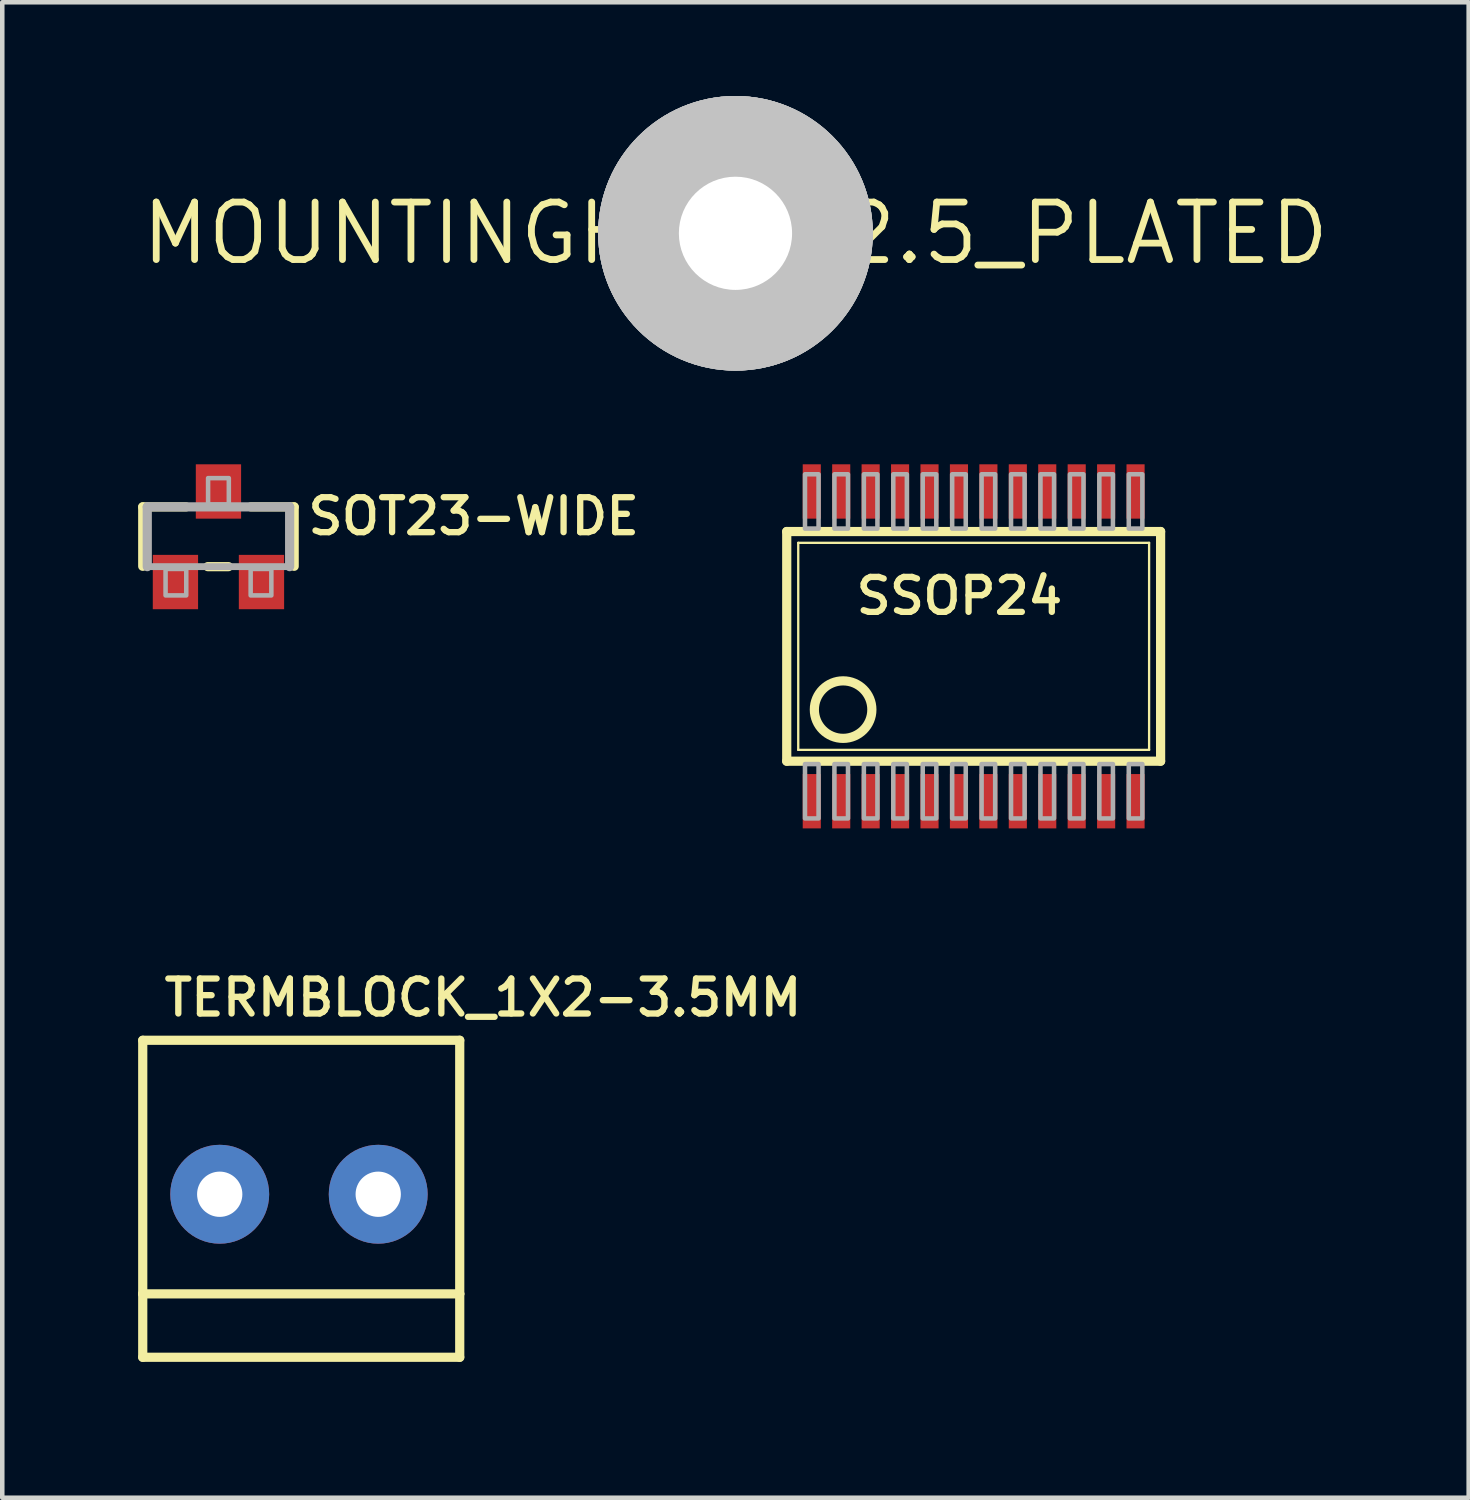
<source format=kicad_pcb>
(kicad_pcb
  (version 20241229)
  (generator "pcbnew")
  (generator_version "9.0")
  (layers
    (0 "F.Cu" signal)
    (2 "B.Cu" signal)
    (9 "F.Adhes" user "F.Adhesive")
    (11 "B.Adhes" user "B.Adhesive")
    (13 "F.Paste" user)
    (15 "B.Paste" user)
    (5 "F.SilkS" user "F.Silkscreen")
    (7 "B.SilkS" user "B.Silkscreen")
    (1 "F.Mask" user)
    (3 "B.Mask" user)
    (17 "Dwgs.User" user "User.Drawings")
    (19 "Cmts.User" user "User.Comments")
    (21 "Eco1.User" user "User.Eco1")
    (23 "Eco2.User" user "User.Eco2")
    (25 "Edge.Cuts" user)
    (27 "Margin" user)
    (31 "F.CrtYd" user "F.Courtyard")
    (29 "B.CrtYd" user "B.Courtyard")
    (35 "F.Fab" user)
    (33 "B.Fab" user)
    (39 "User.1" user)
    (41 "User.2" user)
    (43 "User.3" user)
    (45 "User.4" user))
  (footprint "TERMBLOCK_1X2-3.5MM"
    (layer "F.Cu")
    (at 3.502 23.322)
    (property "Reference" "TERMBLOCK_1X2-3.5MM" (at -3 -3.89 180) (layer "F.SilkS") (effects (font (size 0.772 0.772) (thickness 0.139)) (justify left bottom)))
    (attr through_hole)
    (fp_line (start -3.4 -3.4) (end -3.4 2.2) (stroke (width 0.203) (type solid)) (layer "F.SilkS"))
    (fp_line (start -3.4 2.2) (end -3.4 3.6) (stroke (width 0.203) (type solid)) (layer "F.SilkS"))
    (fp_line (start -3.4 2.2) (end 3.6 2.2) (stroke (width 0.203) (type solid)) (layer "F.SilkS"))
    (fp_line (start -3.4 3.6) (end 3.6 3.6) (stroke (width 0.203) (type solid)) (layer "F.SilkS"))
    (fp_line (start 3.6 -3.4) (end -3.4 -3.4) (stroke (width 0.203) (type solid)) (layer "F.SilkS"))
    (fp_line (start 3.6 2.2) (end 3.6 -3.4) (stroke (width 0.203) (type solid)) (layer "F.SilkS"))
    (fp_line (start 3.6 3.6) (end 3.6 2.2) (stroke (width 0.203) (type solid)) (layer "F.SilkS"))
    (pad "1" thru_hole circle (at 1.8 0) (size 2.184 2.184) (drill 1) (layers "*.Cu" "*.Mask"))
    (pad "2" thru_hole circle (at -1.7 0) (size 2.184 2.184) (drill 1) (layers "*.Cu" "*.Mask")))
  (footprint "SOT23-WIDE"
    (layer "F.Cu")
    (at 1.774 8.803)
    (property "Reference" "SOT23-WIDE" (at 1.905 0 180) (layer "F.SilkS") (effects (font (size 0.772 0.772) (thickness 0.139)) (justify left bottom)))
    (attr through_hole)
    (fp_line (start -1.672 -0.66) (end -0.714 -0.66) (stroke (width 0.203) (type solid)) (layer "F.SilkS"))
    (fp_line (start -1.672 0.652) (end -1.672 -0.66) (stroke (width 0.203) (type solid)) (layer "F.SilkS"))
    (fp_line (start 0.222 0.66) (end -0.236 0.66) (stroke (width 0.203) (type solid)) (layer "F.SilkS"))
    (fp_line (start 0.714 -0.66) (end 1.672 -0.66) (stroke (width 0.203) (type solid)) (layer "F.SilkS"))
    (fp_line (start 1.672 -0.66) (end 1.672 0.652) (stroke (width 0.203) (type solid)) (layer "F.SilkS"))
    (fp_line (start -1.572 -0.66) (end 1.572 -0.66) (stroke (width 0.203) (type solid)) (layer "F.Fab"))
    (fp_line (start -1.572 0.66) (end -1.572 -0.66) (stroke (width 0.203) (type solid)) (layer "F.Fab"))
    (fp_line (start 1.572 -0.66) (end 1.572 0.66) (stroke (width 0.203) (type solid)) (layer "F.Fab"))
    (fp_line (start 1.572 0.66) (end -1.572 0.66) (stroke (width 0.152) (type solid)) (layer "F.Fab"))
    (fp_poly (pts (xy -1.168 1.295) (xy -0.711 1.295) (xy -0.711 0.711) (xy -1.168 0.711)) (stroke (width 0.1) (type solid)) (fill no) (layer "F.Fab"))
    (fp_poly (pts (xy -0.229 -0.711) (xy 0.229 -0.711) (xy 0.229 -1.295) (xy -0.229 -1.295)) (stroke (width 0.1) (type solid)) (fill no) (layer "F.Fab"))
    (fp_poly (pts (xy 0.711 1.295) (xy 1.168 1.295) (xy 1.168 0.711) (xy 0.711 0.711)) (stroke (width 0.1) (type solid)) (fill no) (layer "F.Fab"))
    (pad "1" smd rect (at -0.95 1) (size 1 1.2) (layers "F.Cu" "F.Mask" "F.Paste"))
    (pad "2" smd rect (at 0.95 1) (size 1 1.2) (layers "F.Cu" "F.Mask" "F.Paste"))
    (pad "3" smd rect (at 0 -1) (size 1 1.2) (layers "F.Cu" "F.Mask" "F.Paste")))
  (footprint "SSOP24"
    (layer "F.Cu")
    (at 18.451 11.223)
    (property "Reference" "SSOP24" (at -2.667 -0.66 0) (layer "F.SilkS") (effects (font (size 0.772 0.772) (thickness 0.139)) (justify left bottom)))
    (attr through_hole)
    (fp_line (start -4.128 2.536) (end -4.128 -2.536) (stroke (width 0.203) (type solid)) (layer "F.SilkS"))
    (fp_line (start -4.128 2.536) (end 4.128 2.536) (stroke (width 0.203) (type solid)) (layer "F.SilkS"))
    (fp_line (start -3.874 2.286) (end -3.874 -2.286) (stroke (width 0.051) (type solid)) (layer "F.SilkS"))
    (fp_line (start -3.874 2.286) (end 3.874 2.286) (stroke (width 0.051) (type solid)) (layer "F.SilkS"))
    (fp_line (start 3.874 -2.286) (end -3.874 -2.286) (stroke (width 0.051) (type solid)) (layer "F.SilkS"))
    (fp_line (start 3.874 -2.286) (end 3.874 2.286) (stroke (width 0.051) (type solid)) (layer "F.SilkS"))
    (fp_line (start 4.128 -2.536) (end -4.128 -2.536) (stroke (width 0.203) (type solid)) (layer "F.SilkS"))
    (fp_line (start 4.128 2.536) (end 4.128 -2.536) (stroke (width 0.203) (type solid)) (layer "F.SilkS"))
    (fp_circle (center -2.883 1.397) (end -2.248 1.397) (stroke (width 0.203) (type solid)) (fill no) (layer "F.SilkS"))
    (fp_poly (pts (xy -3.725 -2.6) (xy -3.425 -2.6) (xy -3.425 -3.8) (xy -3.725 -3.8)) (stroke (width 0.1) (type solid)) (fill no) (layer "F.Fab"))
    (fp_poly (pts (xy -3.725 3.8) (xy -3.425 3.8) (xy -3.425 2.6) (xy -3.725 2.6)) (stroke (width 0.1) (type solid)) (fill no) (layer "F.Fab"))
    (fp_poly (pts (xy -3.075 -2.6) (xy -2.775 -2.6) (xy -2.775 -3.8) (xy -3.075 -3.8)) (stroke (width 0.1) (type solid)) (fill no) (layer "F.Fab"))
    (fp_poly (pts (xy -3.075 3.8) (xy -2.775 3.8) (xy -2.775 2.6) (xy -3.075 2.6)) (stroke (width 0.1) (type solid)) (fill no) (layer "F.Fab"))
    (fp_poly (pts (xy -2.425 -2.6) (xy -2.125 -2.6) (xy -2.125 -3.8) (xy -2.425 -3.8)) (stroke (width 0.1) (type solid)) (fill no) (layer "F.Fab"))
    (fp_poly (pts (xy -2.425 3.8) (xy -2.125 3.8) (xy -2.125 2.6) (xy -2.425 2.6)) (stroke (width 0.1) (type solid)) (fill no) (layer "F.Fab"))
    (fp_poly (pts (xy -1.775 -2.6) (xy -1.475 -2.6) (xy -1.475 -3.8) (xy -1.775 -3.8)) (stroke (width 0.1) (type solid)) (fill no) (layer "F.Fab"))
    (fp_poly (pts (xy -1.775 3.8) (xy -1.475 3.8) (xy -1.475 2.6) (xy -1.775 2.6)) (stroke (width 0.1) (type solid)) (fill no) (layer "F.Fab"))
    (fp_poly (pts (xy -1.125 -2.6) (xy -0.825 -2.6) (xy -0.825 -3.8) (xy -1.125 -3.8)) (stroke (width 0.1) (type solid)) (fill no) (layer "F.Fab"))
    (fp_poly (pts (xy -1.125 3.8) (xy -0.825 3.8) (xy -0.825 2.6) (xy -1.125 2.6)) (stroke (width 0.1) (type solid)) (fill no) (layer "F.Fab"))
    (fp_poly (pts (xy -0.475 -2.6) (xy -0.175 -2.6) (xy -0.175 -3.8) (xy -0.475 -3.8)) (stroke (width 0.1) (type solid)) (fill no) (layer "F.Fab"))
    (fp_poly (pts (xy -0.475 3.8) (xy -0.175 3.8) (xy -0.175 2.6) (xy -0.475 2.6)) (stroke (width 0.1) (type solid)) (fill no) (layer "F.Fab"))
    (fp_poly (pts (xy 0.175 -2.6) (xy 0.475 -2.6) (xy 0.475 -3.8) (xy 0.175 -3.8)) (stroke (width 0.1) (type solid)) (fill no) (layer "F.Fab"))
    (fp_poly (pts (xy 0.175 3.8) (xy 0.475 3.8) (xy 0.475 2.6) (xy 0.175 2.6)) (stroke (width 0.1) (type solid)) (fill no) (layer "F.Fab"))
    (fp_poly (pts (xy 0.825 -2.6) (xy 1.125 -2.6) (xy 1.125 -3.8) (xy 0.825 -3.8)) (stroke (width 0.1) (type solid)) (fill no) (layer "F.Fab"))
    (fp_poly (pts (xy 0.825 3.8) (xy 1.125 3.8) (xy 1.125 2.6) (xy 0.825 2.6)) (stroke (width 0.1) (type solid)) (fill no) (layer "F.Fab"))
    (fp_poly (pts (xy 1.475 -2.6) (xy 1.775 -2.6) (xy 1.775 -3.8) (xy 1.475 -3.8)) (stroke (width 0.1) (type solid)) (fill no) (layer "F.Fab"))
    (fp_poly (pts (xy 1.475 3.8) (xy 1.775 3.8) (xy 1.775 2.6) (xy 1.475 2.6)) (stroke (width 0.1) (type solid)) (fill no) (layer "F.Fab"))
    (fp_poly (pts (xy 2.125 -2.6) (xy 2.425 -2.6) (xy 2.425 -3.8) (xy 2.125 -3.8)) (stroke (width 0.1) (type solid)) (fill no) (layer "F.Fab"))
    (fp_poly (pts (xy 2.125 3.8) (xy 2.425 3.8) (xy 2.425 2.6) (xy 2.125 2.6)) (stroke (width 0.1) (type solid)) (fill no) (layer "F.Fab"))
    (fp_poly (pts (xy 2.775 -2.6) (xy 3.075 -2.6) (xy 3.075 -3.8) (xy 2.775 -3.8)) (stroke (width 0.1) (type solid)) (fill no) (layer "F.Fab"))
    (fp_poly (pts (xy 2.775 3.8) (xy 3.075 3.8) (xy 3.075 2.6) (xy 2.775 2.6)) (stroke (width 0.1) (type solid)) (fill no) (layer "F.Fab"))
    (fp_poly (pts (xy 3.425 -2.6) (xy 3.725 -2.6) (xy 3.725 -3.8) (xy 3.425 -3.8)) (stroke (width 0.1) (type solid)) (fill no) (layer "F.Fab"))
    (fp_poly (pts (xy 3.425 3.8) (xy 3.725 3.8) (xy 3.725 2.6) (xy 3.425 2.6)) (stroke (width 0.1) (type solid)) (fill no) (layer "F.Fab"))
    (pad "1" smd rect (at -3.575 3.42) (size 0.4 1.2) (layers "F.Cu" "F.Mask" "F.Paste"))
    (pad "2" smd rect (at -2.925 3.42) (size 0.4 1.2) (layers "F.Cu" "F.Mask" "F.Paste"))
    (pad "3" smd rect (at -2.275 3.42) (size 0.4 1.2) (layers "F.Cu" "F.Mask" "F.Paste"))
    (pad "4" smd rect (at -1.625 3.42) (size 0.4 1.2) (layers "F.Cu" "F.Mask" "F.Paste"))
    (pad "5" smd rect (at -0.975 3.42) (size 0.4 1.2) (layers "F.Cu" "F.Mask" "F.Paste"))
    (pad "6" smd rect (at -0.325 3.42) (size 0.4 1.2) (layers "F.Cu" "F.Mask" "F.Paste"))
    (pad "7" smd rect (at 0.325 3.42) (size 0.4 1.2) (layers "F.Cu" "F.Mask" "F.Paste"))
    (pad "8" smd rect (at 0.975 3.42) (size 0.4 1.2) (layers "F.Cu" "F.Mask" "F.Paste"))
    (pad "9" smd rect (at 1.625 3.42) (size 0.4 1.2) (layers "F.Cu" "F.Mask" "F.Paste"))
    (pad "10" smd rect (at 2.275 3.42) (size 0.4 1.2) (layers "F.Cu" "F.Mask" "F.Paste"))
    (pad "11" smd rect (at 2.925 3.42) (size 0.4 1.2) (layers "F.Cu" "F.Mask" "F.Paste"))
    (pad "12" smd rect (at 3.575 3.42) (size 0.4 1.2) (layers "F.Cu" "F.Mask" "F.Paste"))
    (pad "13" smd rect (at 3.575 -3.42) (size 0.4 1.2) (layers "F.Cu" "F.Mask" "F.Paste"))
    (pad "14" smd rect (at 2.925 -3.42) (size 0.4 1.2) (layers "F.Cu" "F.Mask" "F.Paste"))
    (pad "15" smd rect (at 2.275 -3.42) (size 0.4 1.2) (layers "F.Cu" "F.Mask" "F.Paste"))
    (pad "16" smd rect (at 1.625 -3.42) (size 0.4 1.2) (layers "F.Cu" "F.Mask" "F.Paste"))
    (pad "17" smd rect (at 0.975 -3.42) (size 0.4 1.2) (layers "F.Cu" "F.Mask" "F.Paste"))
    (pad "18" smd rect (at 0.325 -3.42) (size 0.4 1.2) (layers "F.Cu" "F.Mask" "F.Paste"))
    (pad "19" smd rect (at -0.325 -3.42) (size 0.4 1.2) (layers "F.Cu" "F.Mask" "F.Paste"))
    (pad "20" smd rect (at -0.975 -3.42) (size 0.4 1.2) (layers "F.Cu" "F.Mask" "F.Paste"))
    (pad "21" smd rect (at -1.625 -3.42) (size 0.4 1.2) (layers "F.Cu" "F.Mask" "F.Paste"))
    (pad "22" smd rect (at -2.275 -3.42) (size 0.4 1.2) (layers "F.Cu" "F.Mask" "F.Paste"))
    (pad "23" smd rect (at -2.925 -3.42) (size 0.4 1.2) (layers "F.Cu" "F.Mask" "F.Paste"))
    (pad "24" smd rect (at -3.575 -3.42) (size 0.4 1.2) (layers "F.Cu" "F.Mask" "F.Paste")))
  (footprint "MOUNTINGHOLE_2.5_PLATED"
    (layer "F.Cu")
    (at 13.191 2.102)
    (property "Reference" "MOUNTINGHOLE_2.5_PLATED" (at 0 0 0) (layer "F.SilkS") (effects (font (size 1.27 1.27) (thickness 0.15))))
    (attr through_hole)
    (fp_circle (center 0 0) (end 2 0) (stroke (width 0.203) (type solid)) (fill no) (layer "F.SilkS"))
    (fp_circle (center 0 0) (end 1 0) (stroke (width 2.032) (type solid)) (fill no) (layer "Dwgs.User"))
    (fp_circle (center 0 0) (end 1 0) (stroke (width 2.032) (type solid)) (fill no) (layer "Dwgs.User"))
    (fp_circle (center 0 0) (end 1 0) (stroke (width 2.032) (type solid)) (fill no) (layer "Dwgs.User"))
    (fp_circle (center 0 0) (end 1 0) (stroke (width 2.032) (type solid)) (fill no) (layer "Dwgs.User"))
    (pad "P$1" thru_hole circle (at 0 0) (size 3.2 3.2) (drill 2.5) (layers "*.Cu" "*.Mask")))
  (gr_rect
    (start -3 -3)
    (end 29.382 30.024)
    (stroke (width 0.1) (type default))
    (fill no)
    (layer "Edge.Cuts")))
</source>
